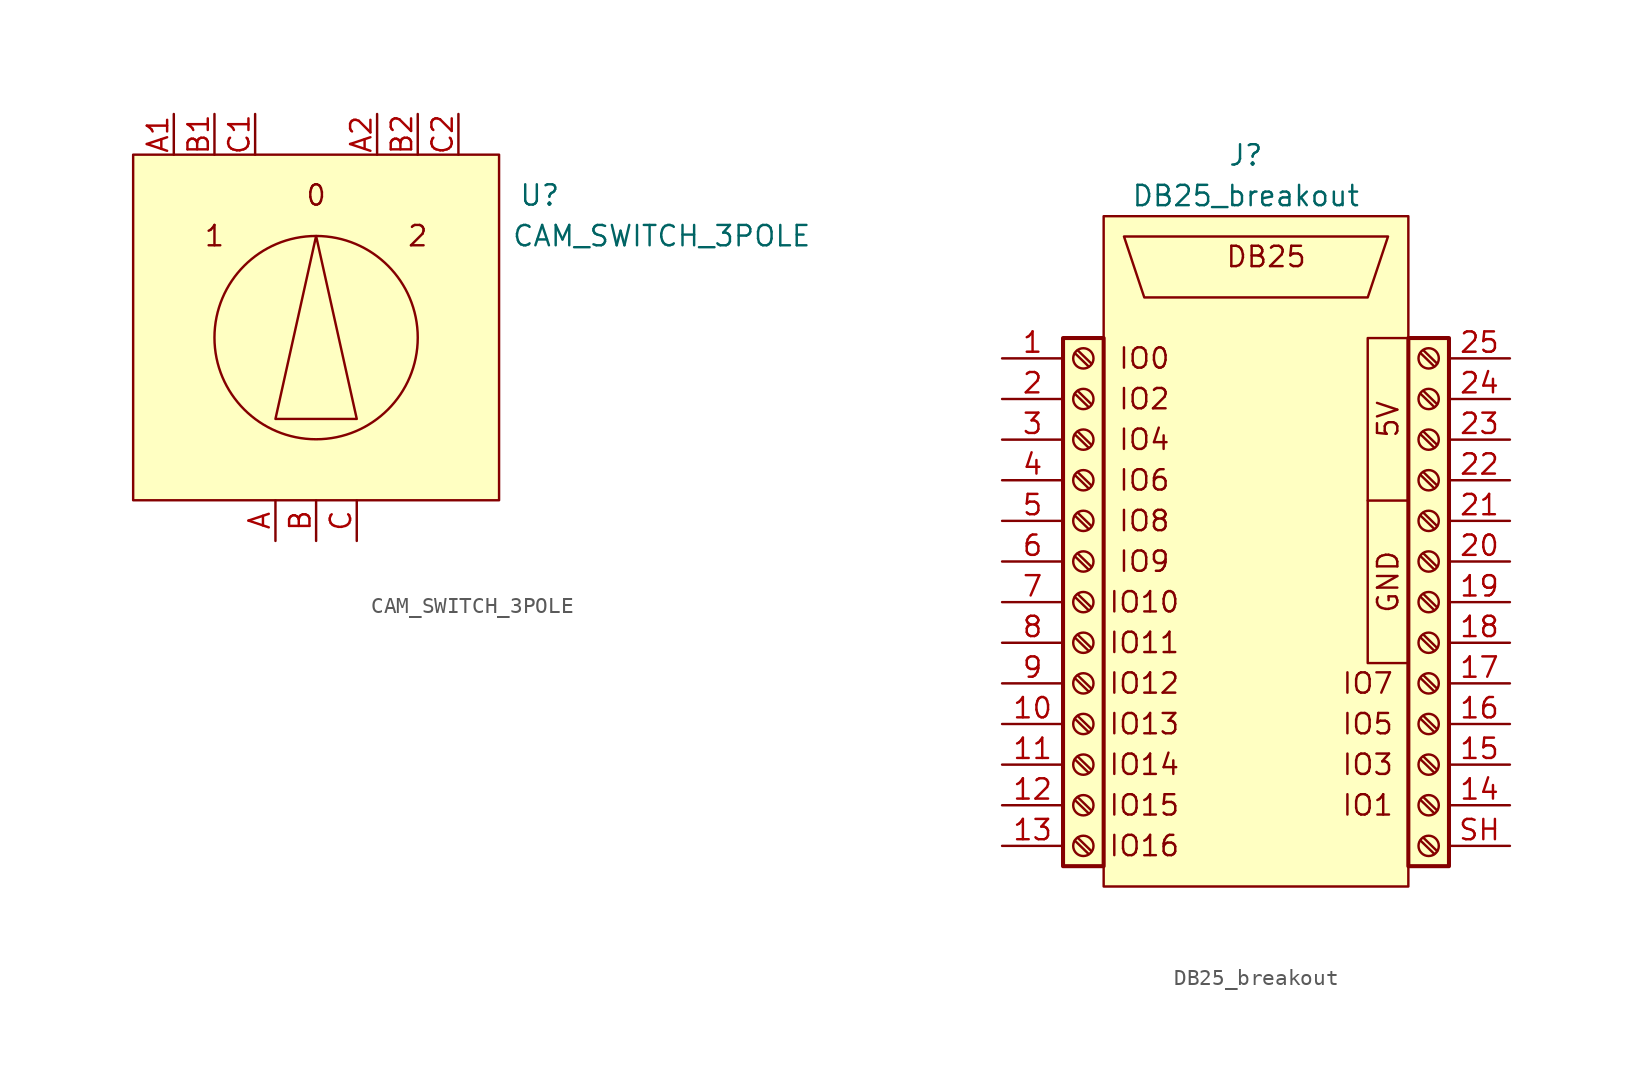
<source format=kicad_sym>
(kicad_symbol_lib
  (version 20211014)
  (generator kicad_symbol_editor)
  (symbol "CAM_SWITCH_3POLE"
    (property "Reference" "U"
      (at 13.97 7.62 0)
      (effects (font (size 1.27 1.27))))
    (property "Value" "CAM_SWITCH_3POLE"
      (at 21.59 5.08 0)
      (effects (font (size 1.27 1.27))))
    (symbol "CAM_SWITCH_3POLE_0_0"
      (rectangle (start -11.43 10.16) (end 11.43 -11.43) (stroke (width 0.152) (type default) (color 0 0 0 0)) (fill (type background)))
      (circle (center 0 -1.27) (radius 6.35) (stroke (width 0.152) (type default) (color 0 0 0 0)) (fill (type none)))
      (polyline (pts (xy -2.54 -6.35) (xy 2.54 -6.35) (xy 0 5.08) (xy -2.54 -6.35)) (stroke (width 0.152) (type default) (color 0 0 0 0)) (fill (type none)))
      (text "0" (at 0 7.62 0) (effects (font (size 1.27 1.27))))
      (text "1" (at -6.35 5.08 0) (effects (font (size 1.27 1.27))))
      (text "2" (at 6.35 5.08 0) (effects (font (size 1.27 1.27))))
      (pin unspecified line (at -2.54 -13.97 90) (length 2.54) (name "" (effects (font (size 1.27 1.27)))) (number "A" (effects (font (size 1.27 1.27)))))
      (pin unspecified line (at -8.89 12.7 270) (length 2.54) (name "" (effects (font (size 1.27 1.27)))) (number "A1" (effects (font (size 1.27 1.27)))))
      (pin unspecified line (at 3.81 12.7 270) (length 2.54) (name "" (effects (font (size 1.27 1.27)))) (number "A2" (effects (font (size 1.27 1.27)))))
      (pin unspecified line (at 0 -13.97 90) (length 2.54) (name "" (effects (font (size 1.27 1.27)))) (number "B" (effects (font (size 1.27 1.27)))))
      (pin unspecified line (at -6.35 12.7 270) (length 2.54) (name "" (effects (font (size 1.27 1.27)))) (number "B1" (effects (font (size 1.27 1.27)))))
      (pin unspecified line (at 6.35 12.7 270) (length 2.54) (name "" (effects (font (size 1.27 1.27)))) (number "B2" (effects (font (size 1.27 1.27)))))
      (pin unspecified line (at 2.54 -13.97 90) (length 2.54) (name "" (effects (font (size 1.27 1.27)))) (number "C" (effects (font (size 1.27 1.27)))))
      (pin unspecified line (at -3.81 12.7 270) (length 2.54) (name "" (effects (font (size 1.27 1.27)))) (number "C1" (effects (font (size 1.27 1.27)))))
      (pin unspecified line (at 8.89 12.7 270) (length 2.54) (name "" (effects (font (size 1.27 1.27)))) (number "C2" (effects (font (size 1.27 1.27)))))))
  (symbol "DB25_breakout"
    (pin_names
      (offset 1.016) hide)
    (property "Reference" "J"
      (at 0 27.94 0)
      (effects (font (size 1.27 1.27))))
    (property "Value" "DB25_breakout"
      (at 0 25.4 0)
      (effects (font (size 1.27 1.27))))
    (symbol "DB25_breakout_0_0"
      (rectangle (start -8.89 24.13) (end 10.16 -17.78) (stroke (width 0.152) (type default) (color 0 0 0 0)) (fill (type background)))
      (polyline (pts (xy -6.35 19.05) (xy -7.62 22.86) (xy 8.89 22.86) (xy 7.62 19.05) (xy -6.35 19.05)) (stroke (width 0.152) (type default) (color 0 0 0 0)) (fill (type none)))
      (text "5V" (at 8.89 11.43 900) (effects (font (size 1.27 1.27))))
      (text "DB25" (at 1.27 21.59 0) (effects (font (size 1.27 1.27))))
      (text "GND" (at 8.89 1.27 900) (effects (font (size 1.27 1.27))))
      (text "IO0" (at -6.35 15.24 0) (effects (font (size 1.27 1.27))))
      (text "IO1" (at 7.62 -12.7 0) (effects (font (size 1.27 1.27))))
      (text "IO10" (at -6.35 0 0) (effects (font (size 1.27 1.27))))
      (text "IO11" (at -6.35 -2.54 0) (effects (font (size 1.27 1.27))))
      (text "IO12" (at -6.35 -5.08 0) (effects (font (size 1.27 1.27))))
      (text "IO13" (at -6.35 -7.62 0) (effects (font (size 1.27 1.27))))
      (text "IO14" (at -6.35 -10.16 0) (effects (font (size 1.27 1.27))))
      (text "IO15" (at -6.35 -12.7 0) (effects (font (size 1.27 1.27))))
      (text "IO16" (at -6.35 -15.24 0) (effects (font (size 1.27 1.27))))
      (text "IO2" (at -6.35 12.7 0) (effects (font (size 1.27 1.27))))
      (text "IO3" (at 7.62 -10.16 0) (effects (font (size 1.27 1.27))))
      (text "IO4" (at -6.35 10.16 0) (effects (font (size 1.27 1.27))))
      (text "IO5" (at 7.62 -7.62 0) (effects (font (size 1.27 1.27))))
      (text "IO6" (at -6.35 7.62 0) (effects (font (size 1.27 1.27))))
      (text "IO7" (at 7.62 -5.08 0) (effects (font (size 1.27 1.27))))
      (text "IO8" (at -6.35 5.08 0) (effects (font (size 1.27 1.27))))
      (text "IO9" (at -6.35 2.54 0) (effects (font (size 1.27 1.27)))))
    (symbol "DB25_breakout_0_1"
      (polyline (pts (xy 10.16 16.51) (xy 7.62 16.51) (xy 7.62 6.35)) (stroke (width 0.152) (type default) (color 0 0 0 0)) (fill (type none)))
      (polyline (pts (xy 10.16 -3.81) (xy 7.62 -3.81) (xy 7.62 6.35) (xy 10.16 6.35)) (stroke (width 0.152) (type default) (color 0 0 0 0)) (fill (type none))))
    (symbol "DB25_breakout_1_1"
      (rectangle (start -11.43 16.51) (end -8.89 -16.51) (stroke (width 0.254) (type default) (color 0 0 0 0)) (fill (type background)))
      (circle (center -10.16 -15.24) (radius 0.635) (stroke (width 0.152) (type default) (color 0 0 0 0)) (fill (type none)))
      (circle (center -10.16 -12.7) (radius 0.635) (stroke (width 0.152) (type default) (color 0 0 0 0)) (fill (type none)))
      (circle (center -10.16 -10.16) (radius 0.635) (stroke (width 0.152) (type default) (color 0 0 0 0)) (fill (type none)))
      (circle (center -10.16 -7.62) (radius 0.635) (stroke (width 0.152) (type default) (color 0 0 0 0)) (fill (type none)))
      (circle (center -10.16 -5.08) (radius 0.635) (stroke (width 0.152) (type default) (color 0 0 0 0)) (fill (type none)))
      (circle (center -10.16 -2.54) (radius 0.635) (stroke (width 0.152) (type default) (color 0 0 0 0)) (fill (type none)))
      (circle (center -10.16 0) (radius 0.635) (stroke (width 0.152) (type default) (color 0 0 0 0)) (fill (type none)))
      (circle (center -10.16 2.54) (radius 0.635) (stroke (width 0.152) (type default) (color 0 0 0 0)) (fill (type none)))
      (circle (center -10.16 5.08) (radius 0.635) (stroke (width 0.152) (type default) (color 0 0 0 0)) (fill (type none)))
      (circle (center -10.16 7.62) (radius 0.635) (stroke (width 0.152) (type default) (color 0 0 0 0)) (fill (type none)))
      (circle (center -10.16 10.16) (radius 0.635) (stroke (width 0.152) (type default) (color 0 0 0 0)) (fill (type none)))
      (circle (center -10.16 12.7) (radius 0.635) (stroke (width 0.152) (type default) (color 0 0 0 0)) (fill (type none)))
      (circle (center -10.16 15.24) (radius 0.635) (stroke (width 0.152) (type default) (color 0 0 0 0)) (fill (type none)))
      (polyline (pts (xy -10.693 -14.91) (xy -9.83 -15.748)) (stroke (width 0.152) (type default) (color 0 0 0 0)) (fill (type none)))
      (polyline (pts (xy -10.693 -12.37) (xy -9.83 -13.208)) (stroke (width 0.152) (type default) (color 0 0 0 0)) (fill (type none)))
      (polyline (pts (xy -10.693 -9.83) (xy -9.83 -10.668)) (stroke (width 0.152) (type default) (color 0 0 0 0)) (fill (type none)))
      (polyline (pts (xy -10.693 -7.29) (xy -9.83 -8.128)) (stroke (width 0.152) (type default) (color 0 0 0 0)) (fill (type none)))
      (polyline (pts (xy -10.693 -4.75) (xy -9.83 -5.588)) (stroke (width 0.152) (type default) (color 0 0 0 0)) (fill (type none)))
      (polyline (pts (xy -10.693 -2.21) (xy -9.83 -3.048)) (stroke (width 0.152) (type default) (color 0 0 0 0)) (fill (type none)))
      (polyline (pts (xy -10.693 0.33) (xy -9.83 -0.508)) (stroke (width 0.152) (type default) (color 0 0 0 0)) (fill (type none)))
      (polyline (pts (xy -10.693 2.87) (xy -9.83 2.032)) (stroke (width 0.152) (type default) (color 0 0 0 0)) (fill (type none)))
      (polyline (pts (xy -10.693 5.41) (xy -9.83 4.572)) (stroke (width 0.152) (type default) (color 0 0 0 0)) (fill (type none)))
      (polyline (pts (xy -10.693 7.95) (xy -9.83 7.112)) (stroke (width 0.152) (type default) (color 0 0 0 0)) (fill (type none)))
      (polyline (pts (xy -10.693 10.49) (xy -9.83 9.652)) (stroke (width 0.152) (type default) (color 0 0 0 0)) (fill (type none)))
      (polyline (pts (xy -10.693 13.03) (xy -9.83 12.192)) (stroke (width 0.152) (type default) (color 0 0 0 0)) (fill (type none)))
      (polyline (pts (xy -10.693 15.57) (xy -9.83 14.732)) (stroke (width 0.152) (type default) (color 0 0 0 0)) (fill (type none)))
      (polyline (pts (xy -10.516 -14.732) (xy -9.652 -15.57)) (stroke (width 0.152) (type default) (color 0 0 0 0)) (fill (type none)))
      (polyline (pts (xy -10.516 -12.192) (xy -9.652 -13.03)) (stroke (width 0.152) (type default) (color 0 0 0 0)) (fill (type none)))
      (polyline (pts (xy -10.516 -9.652) (xy -9.652 -10.49)) (stroke (width 0.152) (type default) (color 0 0 0 0)) (fill (type none)))
      (polyline (pts (xy -10.516 -7.112) (xy -9.652 -7.95)) (stroke (width 0.152) (type default) (color 0 0 0 0)) (fill (type none)))
      (polyline (pts (xy -10.516 -4.572) (xy -9.652 -5.41)) (stroke (width 0.152) (type default) (color 0 0 0 0)) (fill (type none)))
      (polyline (pts (xy -10.516 -2.032) (xy -9.652 -2.87)) (stroke (width 0.152) (type default) (color 0 0 0 0)) (fill (type none)))
      (polyline (pts (xy -10.516 0.508) (xy -9.652 -0.33)) (stroke (width 0.152) (type default) (color 0 0 0 0)) (fill (type none)))
      (polyline (pts (xy -10.516 3.048) (xy -9.652 2.21)) (stroke (width 0.152) (type default) (color 0 0 0 0)) (fill (type none)))
      (polyline (pts (xy -10.516 5.588) (xy -9.652 4.75)) (stroke (width 0.152) (type default) (color 0 0 0 0)) (fill (type none)))
      (polyline (pts (xy -10.516 8.128) (xy -9.652 7.29)) (stroke (width 0.152) (type default) (color 0 0 0 0)) (fill (type none)))
      (polyline (pts (xy -10.516 10.668) (xy -9.652 9.83)) (stroke (width 0.152) (type default) (color 0 0 0 0)) (fill (type none)))
      (polyline (pts (xy -10.516 13.208) (xy -9.652 12.37)) (stroke (width 0.152) (type default) (color 0 0 0 0)) (fill (type none)))
      (polyline (pts (xy -10.516 15.748) (xy -9.652 14.91)) (stroke (width 0.152) (type default) (color 0 0 0 0)) (fill (type none)))
      (polyline (pts (xy 11.786 -15.748) (xy 10.922 -14.91)) (stroke (width 0.152) (type default) (color 0 0 0 0)) (fill (type none)))
      (polyline (pts (xy 11.786 -13.208) (xy 10.922 -12.37)) (stroke (width 0.152) (type default) (color 0 0 0 0)) (fill (type none)))
      (polyline (pts (xy 11.786 -10.668) (xy 10.922 -9.83)) (stroke (width 0.152) (type default) (color 0 0 0 0)) (fill (type none)))
      (polyline (pts (xy 11.786 -8.128) (xy 10.922 -7.29)) (stroke (width 0.152) (type default) (color 0 0 0 0)) (fill (type none)))
      (polyline (pts (xy 11.786 -5.588) (xy 10.922 -4.75)) (stroke (width 0.152) (type default) (color 0 0 0 0)) (fill (type none)))
      (polyline (pts (xy 11.786 -3.048) (xy 10.922 -2.21)) (stroke (width 0.152) (type default) (color 0 0 0 0)) (fill (type none)))
      (polyline (pts (xy 11.786 -0.508) (xy 10.922 0.33)) (stroke (width 0.152) (type default) (color 0 0 0 0)) (fill (type none)))
      (polyline (pts (xy 11.786 2.032) (xy 10.922 2.87)) (stroke (width 0.152) (type default) (color 0 0 0 0)) (fill (type none)))
      (polyline (pts (xy 11.786 4.572) (xy 10.922 5.41)) (stroke (width 0.152) (type default) (color 0 0 0 0)) (fill (type none)))
      (polyline (pts (xy 11.786 7.112) (xy 10.922 7.95)) (stroke (width 0.152) (type default) (color 0 0 0 0)) (fill (type none)))
      (polyline (pts (xy 11.786 9.652) (xy 10.922 10.49)) (stroke (width 0.152) (type default) (color 0 0 0 0)) (fill (type none)))
      (polyline (pts (xy 11.786 12.192) (xy 10.922 13.03)) (stroke (width 0.152) (type default) (color 0 0 0 0)) (fill (type none)))
      (polyline (pts (xy 11.786 14.732) (xy 10.922 15.57)) (stroke (width 0.152) (type default) (color 0 0 0 0)) (fill (type none)))
      (polyline (pts (xy 11.963 -15.57) (xy 11.1 -14.732)) (stroke (width 0.152) (type default) (color 0 0 0 0)) (fill (type none)))
      (polyline (pts (xy 11.963 -13.03) (xy 11.1 -12.192)) (stroke (width 0.152) (type default) (color 0 0 0 0)) (fill (type none)))
      (polyline (pts (xy 11.963 -10.49) (xy 11.1 -9.652)) (stroke (width 0.152) (type default) (color 0 0 0 0)) (fill (type none)))
      (polyline (pts (xy 11.963 -7.95) (xy 11.1 -7.112)) (stroke (width 0.152) (type default) (color 0 0 0 0)) (fill (type none)))
      (polyline (pts (xy 11.963 -5.41) (xy 11.1 -4.572)) (stroke (width 0.152) (type default) (color 0 0 0 0)) (fill (type none)))
      (polyline (pts (xy 11.963 -2.87) (xy 11.1 -2.032)) (stroke (width 0.152) (type default) (color 0 0 0 0)) (fill (type none)))
      (polyline (pts (xy 11.963 -0.33) (xy 11.1 0.508)) (stroke (width 0.152) (type default) (color 0 0 0 0)) (fill (type none)))
      (polyline (pts (xy 11.963 2.21) (xy 11.1 3.048)) (stroke (width 0.152) (type default) (color 0 0 0 0)) (fill (type none)))
      (polyline (pts (xy 11.963 4.75) (xy 11.1 5.588)) (stroke (width 0.152) (type default) (color 0 0 0 0)) (fill (type none)))
      (polyline (pts (xy 11.963 7.29) (xy 11.1 8.128)) (stroke (width 0.152) (type default) (color 0 0 0 0)) (fill (type none)))
      (polyline (pts (xy 11.963 9.83) (xy 11.1 10.668)) (stroke (width 0.152) (type default) (color 0 0 0 0)) (fill (type none)))
      (polyline (pts (xy 11.963 12.37) (xy 11.1 13.208)) (stroke (width 0.152) (type default) (color 0 0 0 0)) (fill (type none)))
      (polyline (pts (xy 11.963 14.91) (xy 11.1 15.748)) (stroke (width 0.152) (type default) (color 0 0 0 0)) (fill (type none)))
      (circle (center 11.43 -15.24) (radius 0.635) (stroke (width 0.152) (type default) (color 0 0 0 0)) (fill (type none)))
      (circle (center 11.43 -12.7) (radius 0.635) (stroke (width 0.152) (type default) (color 0 0 0 0)) (fill (type none)))
      (circle (center 11.43 -10.16) (radius 0.635) (stroke (width 0.152) (type default) (color 0 0 0 0)) (fill (type none)))
      (circle (center 11.43 -7.62) (radius 0.635) (stroke (width 0.152) (type default) (color 0 0 0 0)) (fill (type none)))
      (circle (center 11.43 -5.08) (radius 0.635) (stroke (width 0.152) (type default) (color 0 0 0 0)) (fill (type none)))
      (circle (center 11.43 -2.54) (radius 0.635) (stroke (width 0.152) (type default) (color 0 0 0 0)) (fill (type none)))
      (circle (center 11.43 0) (radius 0.635) (stroke (width 0.152) (type default) (color 0 0 0 0)) (fill (type none)))
      (circle (center 11.43 2.54) (radius 0.635) (stroke (width 0.152) (type default) (color 0 0 0 0)) (fill (type none)))
      (circle (center 11.43 5.08) (radius 0.635) (stroke (width 0.152) (type default) (color 0 0 0 0)) (fill (type none)))
      (circle (center 11.43 7.62) (radius 0.635) (stroke (width 0.152) (type default) (color 0 0 0 0)) (fill (type none)))
      (circle (center 11.43 10.16) (radius 0.635) (stroke (width 0.152) (type default) (color 0 0 0 0)) (fill (type none)))
      (circle (center 11.43 12.7) (radius 0.635) (stroke (width 0.152) (type default) (color 0 0 0 0)) (fill (type none)))
      (circle (center 11.43 15.24) (radius 0.635) (stroke (width 0.152) (type default) (color 0 0 0 0)) (fill (type none)))
      (rectangle (start 12.7 -16.51) (end 10.16 16.51) (stroke (width 0.254) (type default) (color 0 0 0 0)) (fill (type background)))
      (pin passive line (at -15.24 15.24 0) (length 3.81) (name "" (effects (font (size 1.27 1.27)))) (number "1" (effects (font (size 1.27 1.27)))))
      (pin passive line (at -15.24 -7.62 0) (length 3.81) (name "" (effects (font (size 1.27 1.27)))) (number "10" (effects (font (size 1.27 1.27)))))
      (pin passive line (at -15.24 -10.16 0) (length 3.81) (name "" (effects (font (size 1.27 1.27)))) (number "11" (effects (font (size 1.27 1.27)))))
      (pin passive line (at -15.24 -12.7 0) (length 3.81) (name "" (effects (font (size 1.27 1.27)))) (number "12" (effects (font (size 1.27 1.27)))))
      (pin passive line (at -15.24 -15.24 0) (length 3.81) (name "" (effects (font (size 1.27 1.27)))) (number "13" (effects (font (size 1.27 1.27)))))
      (pin passive line (at 16.51 -12.7 180) (length 3.81) (name "" (effects (font (size 1.27 1.27)))) (number "14" (effects (font (size 1.27 1.27)))))
      (pin passive line (at 16.51 -10.16 180) (length 3.81) (name "" (effects (font (size 1.27 1.27)))) (number "15" (effects (font (size 1.27 1.27)))))
      (pin passive line (at 16.51 -7.62 180) (length 3.81) (name "" (effects (font (size 1.27 1.27)))) (number "16" (effects (font (size 1.27 1.27)))))
      (pin passive line (at 16.51 -5.08 180) (length 3.81) (name "" (effects (font (size 1.27 1.27)))) (number "17" (effects (font (size 1.27 1.27)))))
      (pin passive line (at 16.51 -2.54 180) (length 3.81) (name "" (effects (font (size 1.27 1.27)))) (number "18" (effects (font (size 1.27 1.27)))))
      (pin passive line (at 16.51 0 180) (length 3.81) (name "" (effects (font (size 1.27 1.27)))) (number "19" (effects (font (size 1.27 1.27)))))
      (pin passive line (at -15.24 12.7 0) (length 3.81) (name "" (effects (font (size 1.27 1.27)))) (number "2" (effects (font (size 1.27 1.27)))))
      (pin passive line (at 16.51 2.54 180) (length 3.81) (name "" (effects (font (size 1.27 1.27)))) (number "20" (effects (font (size 1.27 1.27)))))
      (pin passive line (at 16.51 5.08 180) (length 3.81) (name "" (effects (font (size 1.27 1.27)))) (number "21" (effects (font (size 1.27 1.27)))))
      (pin passive line (at 16.51 7.62 180) (length 3.81) (name "" (effects (font (size 1.27 1.27)))) (number "22" (effects (font (size 1.27 1.27)))))
      (pin passive line (at 16.51 10.16 180) (length 3.81) (name "" (effects (font (size 1.27 1.27)))) (number "23" (effects (font (size 1.27 1.27)))))
      (pin passive line (at 16.51 12.7 180) (length 3.81) (name "" (effects (font (size 1.27 1.27)))) (number "24" (effects (font (size 1.27 1.27)))))
      (pin passive line (at 16.51 15.24 180) (length 3.81) (name "" (effects (font (size 1.27 1.27)))) (number "25" (effects (font (size 1.27 1.27)))))
      (pin passive line (at -15.24 10.16 0) (length 3.81) (name "" (effects (font (size 1.27 1.27)))) (number "3" (effects (font (size 1.27 1.27)))))
      (pin passive line (at -15.24 7.62 0) (length 3.81) (name "" (effects (font (size 1.27 1.27)))) (number "4" (effects (font (size 1.27 1.27)))))
      (pin passive line (at -15.24 5.08 0) (length 3.81) (name "" (effects (font (size 1.27 1.27)))) (number "5" (effects (font (size 1.27 1.27)))))
      (pin passive line (at -15.24 2.54 0) (length 3.81) (name "" (effects (font (size 1.27 1.27)))) (number "6" (effects (font (size 1.27 1.27)))))
      (pin passive line (at -15.24 0 0) (length 3.81) (name "" (effects (font (size 1.27 1.27)))) (number "7" (effects (font (size 1.27 1.27)))))
      (pin passive line (at -15.24 -2.54 0) (length 3.81) (name "" (effects (font (size 1.27 1.27)))) (number "8" (effects (font (size 1.27 1.27)))))
      (pin passive line (at -15.24 -5.08 0) (length 3.81) (name "" (effects (font (size 1.27 1.27)))) (number "9" (effects (font (size 1.27 1.27)))))
      (pin passive line (at 16.51 -15.24 180) (length 3.81) (name "SHIELD" (effects (font (size 1.27 1.27)))) (number "SH" (effects (font (size 1.27 1.27))))))))
</source>
